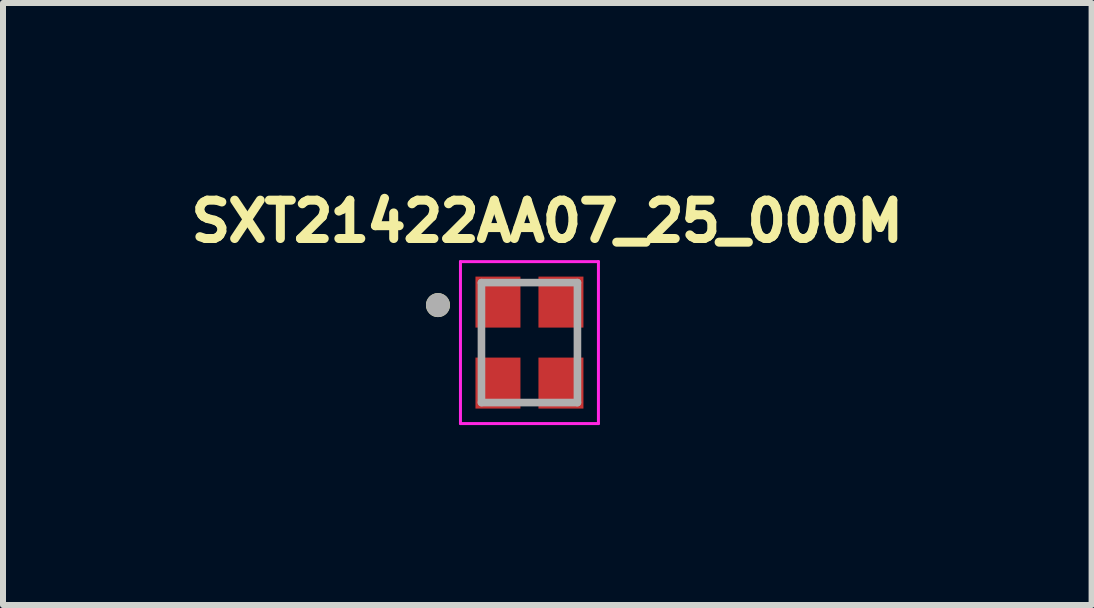
<source format=kicad_pcb>
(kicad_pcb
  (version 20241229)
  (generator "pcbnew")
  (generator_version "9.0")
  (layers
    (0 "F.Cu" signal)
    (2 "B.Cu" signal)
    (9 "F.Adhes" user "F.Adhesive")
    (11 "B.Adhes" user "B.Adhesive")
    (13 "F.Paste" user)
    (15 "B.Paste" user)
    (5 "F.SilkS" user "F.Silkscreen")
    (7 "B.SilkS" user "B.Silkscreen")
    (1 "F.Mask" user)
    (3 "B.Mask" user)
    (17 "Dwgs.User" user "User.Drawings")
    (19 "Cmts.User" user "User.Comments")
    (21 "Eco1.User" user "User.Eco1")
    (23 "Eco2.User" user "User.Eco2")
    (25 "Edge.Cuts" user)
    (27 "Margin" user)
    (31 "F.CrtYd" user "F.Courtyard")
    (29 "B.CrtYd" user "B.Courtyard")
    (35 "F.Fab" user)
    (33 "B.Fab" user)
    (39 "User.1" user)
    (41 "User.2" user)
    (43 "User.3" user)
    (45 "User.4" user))
  (footprint "SXT21422AA07_25_000M"
    (layer "F.Cu")
    (at 5.776 2.661)
    (property "Reference" "SXT21422AA07_25_000M" (at 0.297 -2.023 0) (layer "F.SilkS") (effects (font (size 0.64 0.64) (thickness 0.15))))
    (attr smd)
    (fp_circle (center -1.525 -0.625) (end -1.425 -0.625) (stroke (width 0.2) (type solid)) (fill no) (layer "F.SilkS"))
    (fp_line (start -1.15 -1.35) (end -1.15 1.35) (stroke (width 0.05) (type solid)) (layer "F.CrtYd"))
    (fp_line (start -1.15 1.35) (end 1.15 1.35) (stroke (width 0.05) (type solid)) (layer "F.CrtYd"))
    (fp_line (start 1.15 -1.35) (end -1.15 -1.35) (stroke (width 0.05) (type solid)) (layer "F.CrtYd"))
    (fp_line (start 1.15 1.35) (end 1.15 -1.35) (stroke (width 0.05) (type solid)) (layer "F.CrtYd"))
    (fp_line (start -0.8 -1) (end -0.8 1) (stroke (width 0.127) (type solid)) (layer "F.Fab"))
    (fp_line (start -0.8 1) (end 0.8 1) (stroke (width 0.127) (type solid)) (layer "F.Fab"))
    (fp_line (start 0.8 -1) (end -0.8 -1) (stroke (width 0.127) (type solid)) (layer "F.Fab"))
    (fp_line (start 0.8 1) (end 0.8 -1) (stroke (width 0.127) (type solid)) (layer "F.Fab"))
    (fp_circle (center -1.525 -0.625) (end -1.425 -0.625) (stroke (width 0.2) (type solid)) (fill no) (layer "F.Fab"))
    (pad "1" smd rect (at -0.525 -0.675) (size 0.75 0.85) (layers "F.Cu" "F.Mask" "F.Paste"))
    (pad "2" smd rect (at -0.525 0.675) (size 0.75 0.85) (layers "F.Cu" "F.Mask" "F.Paste"))
    (pad "3" smd rect (at 0.525 0.675) (size 0.75 0.85) (layers "F.Cu" "F.Mask" "F.Paste"))
    (pad "4" smd rect (at 0.525 -0.675) (size 0.75 0.85) (layers "F.Cu" "F.Mask" "F.Paste")))
  (gr_rect
    (start -3 -3)
    (end 15.147 7.036)
    (stroke (width 0.1) (type default))
    (fill no)
    (layer "Edge.Cuts")))
</source>
